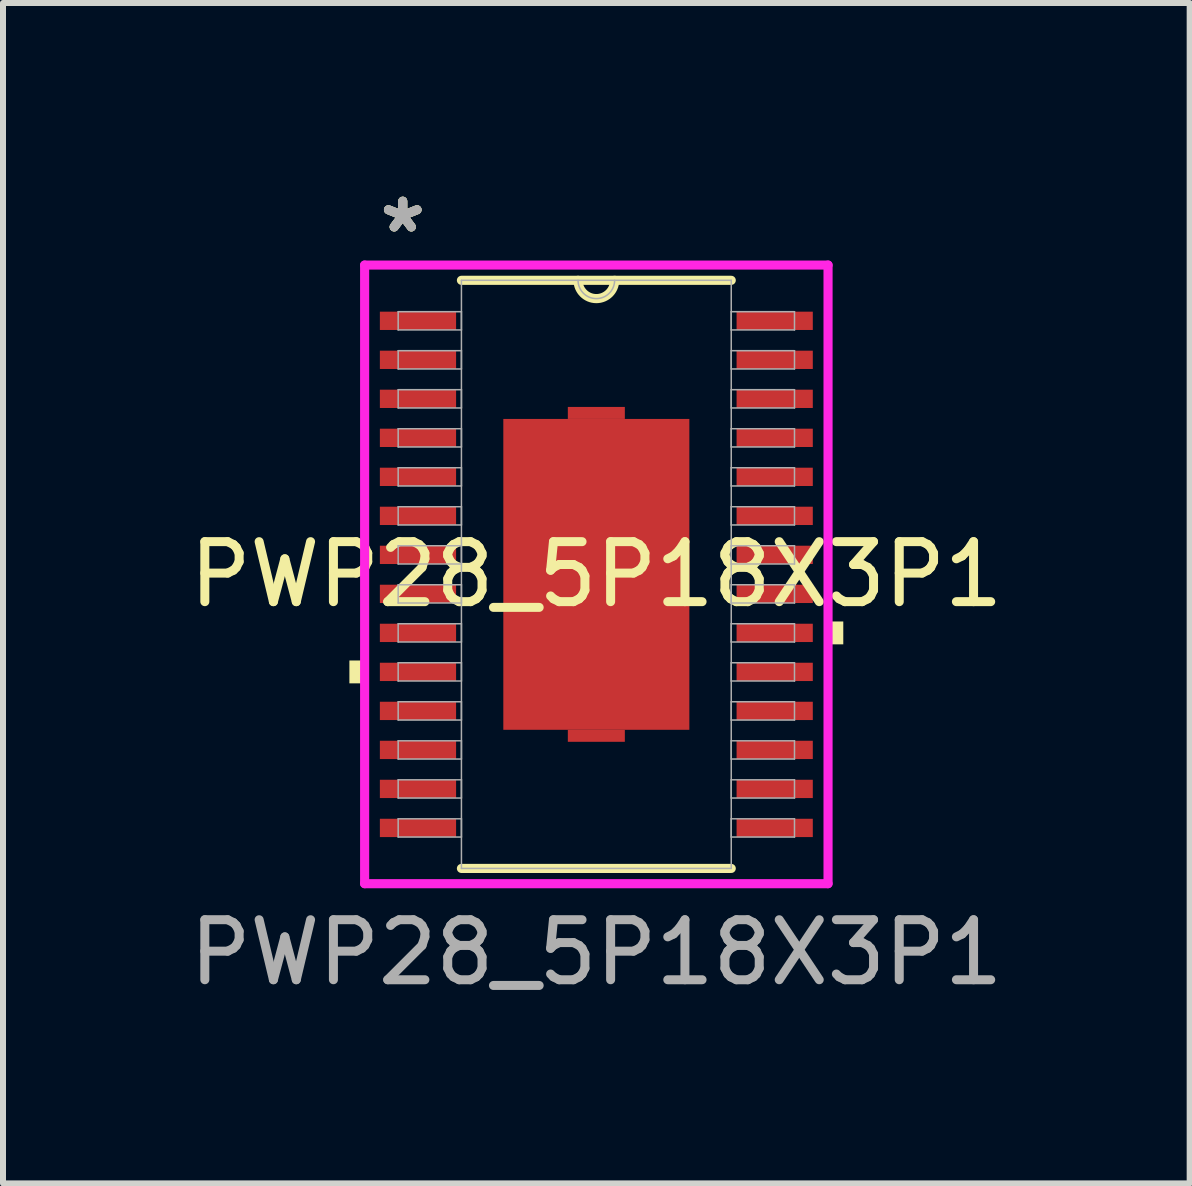
<source format=kicad_pcb>
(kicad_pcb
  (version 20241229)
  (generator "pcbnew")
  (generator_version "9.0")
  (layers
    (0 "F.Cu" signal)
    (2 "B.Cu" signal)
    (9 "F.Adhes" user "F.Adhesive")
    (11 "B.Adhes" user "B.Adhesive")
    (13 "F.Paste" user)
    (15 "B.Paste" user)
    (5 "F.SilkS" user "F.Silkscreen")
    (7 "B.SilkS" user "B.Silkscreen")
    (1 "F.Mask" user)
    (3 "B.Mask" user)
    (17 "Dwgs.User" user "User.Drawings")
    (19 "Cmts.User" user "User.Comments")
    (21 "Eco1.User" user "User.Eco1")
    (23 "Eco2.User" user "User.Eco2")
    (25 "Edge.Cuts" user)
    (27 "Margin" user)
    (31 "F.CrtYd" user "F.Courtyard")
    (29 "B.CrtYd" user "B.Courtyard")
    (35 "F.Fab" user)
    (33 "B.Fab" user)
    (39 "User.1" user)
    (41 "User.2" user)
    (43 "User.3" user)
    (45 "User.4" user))
  (footprint "PWP28_5P18X3P1"
    (layer "F.Cu")
    (at 6.887 6.521)
    (property "Reference" "PWP28_5P18X3P1" (at 0 0 0) (unlocked yes) (layer "F.SilkS") (effects (font (size 1 1) (thickness 0.15))))
    (attr smd)
    (fp_poly (pts (xy -0.475 -2.59) (xy -0.475 -2.79) (xy 0.475 -2.79) (xy 0.475 -2.59)) (stroke (width 0) (type solid)) (fill yes) (layer "F.Cu"))
    (fp_poly (pts (xy -0.475 2.59) (xy -0.475 2.79) (xy 0.475 2.79) (xy 0.475 2.59)) (stroke (width 0) (type solid)) (fill yes) (layer "F.Cu"))
    (fp_poly (pts (xy -0.475 -2.59) (xy -0.475 -2.79) (xy 0.475 -2.79) (xy 0.475 -2.59)) (stroke (width 0) (type solid)) (fill yes) (layer "F.Mask"))
    (fp_poly (pts (xy -0.475 2.59) (xy -0.475 2.79) (xy 0.475 2.79) (xy 0.475 2.59)) (stroke (width 0) (type solid)) (fill yes) (layer "F.Mask"))
    (fp_line (start -2.248 4.9) (end 2.248 4.9) (stroke (width 0.152) (type solid)) (layer "F.SilkS"))
    (fp_line (start 2.248 -4.9) (end -2.248 -4.9) (stroke (width 0.152) (type solid)) (layer "F.SilkS"))
    (fp_arc (start 0.3048 -4.900003) (mid 0 -4.595203) (end -0.3048 -4.900003) (stroke (width 0.1524) (type solid)) (layer "F.SilkS"))
    (fp_poly (pts (xy -4.115 1.435) (xy -4.115 1.816) (xy -3.861 1.816) (xy -3.861 1.435)) (stroke (width 0) (type solid)) (fill yes) (layer "F.SilkS"))
    (fp_poly (pts (xy 4.115 0.785) (xy 4.115 1.166) (xy 3.861 1.166) (xy 3.861 0.785)) (stroke (width 0) (type solid)) (fill yes) (layer "F.SilkS"))
    (fp_line (start -3.861 -5.154) (end 3.861 -5.154) (stroke (width 0.152) (type solid)) (layer "F.CrtYd"))
    (fp_line (start -3.861 5.154) (end -3.861 -5.154) (stroke (width 0.152) (type solid)) (layer "F.CrtYd"))
    (fp_line (start 3.861 -5.154) (end 3.861 5.154) (stroke (width 0.152) (type solid)) (layer "F.CrtYd"))
    (fp_line (start 3.861 5.154) (end -3.861 5.154) (stroke (width 0.152) (type solid)) (layer "F.CrtYd"))
    (fp_line (start -3.302 -4.377) (end -3.302 -4.073) (stroke (width 0.025) (type solid)) (layer "F.Fab"))
    (fp_line (start -3.302 -4.073) (end -2.248 -4.073) (stroke (width 0.025) (type solid)) (layer "F.Fab"))
    (fp_line (start -3.302 -3.727) (end -3.302 -3.423) (stroke (width 0.025) (type solid)) (layer "F.Fab"))
    (fp_line (start -3.302 -3.423) (end -2.248 -3.423) (stroke (width 0.025) (type solid)) (layer "F.Fab"))
    (fp_line (start -3.302 -3.077) (end -3.302 -2.773) (stroke (width 0.025) (type solid)) (layer "F.Fab"))
    (fp_line (start -3.302 -2.773) (end -2.248 -2.773) (stroke (width 0.025) (type solid)) (layer "F.Fab"))
    (fp_line (start -3.302 -2.427) (end -3.302 -2.123) (stroke (width 0.025) (type solid)) (layer "F.Fab"))
    (fp_line (start -3.302 -2.123) (end -2.248 -2.123) (stroke (width 0.025) (type solid)) (layer "F.Fab"))
    (fp_line (start -3.302 -1.777) (end -3.302 -1.473) (stroke (width 0.025) (type solid)) (layer "F.Fab"))
    (fp_line (start -3.302 -1.473) (end -2.248 -1.473) (stroke (width 0.025) (type solid)) (layer "F.Fab"))
    (fp_line (start -3.302 -1.127) (end -3.302 -0.823) (stroke (width 0.025) (type solid)) (layer "F.Fab"))
    (fp_line (start -3.302 -0.823) (end -2.248 -0.823) (stroke (width 0.025) (type solid)) (layer "F.Fab"))
    (fp_line (start -3.302 -0.477) (end -3.302 -0.173) (stroke (width 0.025) (type solid)) (layer "F.Fab"))
    (fp_line (start -3.302 -0.173) (end -2.248 -0.173) (stroke (width 0.025) (type solid)) (layer "F.Fab"))
    (fp_line (start -3.302 0.173) (end -3.302 0.477) (stroke (width 0.025) (type solid)) (layer "F.Fab"))
    (fp_line (start -3.302 0.477) (end -2.248 0.477) (stroke (width 0.025) (type solid)) (layer "F.Fab"))
    (fp_line (start -3.302 0.823) (end -3.302 1.127) (stroke (width 0.025) (type solid)) (layer "F.Fab"))
    (fp_line (start -3.302 1.127) (end -2.248 1.127) (stroke (width 0.025) (type solid)) (layer "F.Fab"))
    (fp_line (start -3.302 1.473) (end -3.302 1.777) (stroke (width 0.025) (type solid)) (layer "F.Fab"))
    (fp_line (start -3.302 1.777) (end -2.248 1.777) (stroke (width 0.025) (type solid)) (layer "F.Fab"))
    (fp_line (start -3.302 2.123) (end -3.302 2.427) (stroke (width 0.025) (type solid)) (layer "F.Fab"))
    (fp_line (start -3.302 2.427) (end -2.248 2.427) (stroke (width 0.025) (type solid)) (layer "F.Fab"))
    (fp_line (start -3.302 2.773) (end -3.302 3.077) (stroke (width 0.025) (type solid)) (layer "F.Fab"))
    (fp_line (start -3.302 3.077) (end -2.248 3.077) (stroke (width 0.025) (type solid)) (layer "F.Fab"))
    (fp_line (start -3.302 3.423) (end -3.302 3.727) (stroke (width 0.025) (type solid)) (layer "F.Fab"))
    (fp_line (start -3.302 3.727) (end -2.248 3.727) (stroke (width 0.025) (type solid)) (layer "F.Fab"))
    (fp_line (start -3.302 4.073) (end -3.302 4.377) (stroke (width 0.025) (type solid)) (layer "F.Fab"))
    (fp_line (start -3.302 4.377) (end -2.248 4.377) (stroke (width 0.025) (type solid)) (layer "F.Fab"))
    (fp_line (start -2.248 -4.9) (end -2.248 4.9) (stroke (width 0.025) (type solid)) (layer "F.Fab"))
    (fp_line (start -2.248 -4.377) (end -3.302 -4.377) (stroke (width 0.025) (type solid)) (layer "F.Fab"))
    (fp_line (start -2.248 -4.073) (end -2.248 -4.377) (stroke (width 0.025) (type solid)) (layer "F.Fab"))
    (fp_line (start -2.248 -3.727) (end -3.302 -3.727) (stroke (width 0.025) (type solid)) (layer "F.Fab"))
    (fp_line (start -2.248 -3.423) (end -2.248 -3.727) (stroke (width 0.025) (type solid)) (layer "F.Fab"))
    (fp_line (start -2.248 -3.077) (end -3.302 -3.077) (stroke (width 0.025) (type solid)) (layer "F.Fab"))
    (fp_line (start -2.248 -2.773) (end -2.248 -3.077) (stroke (width 0.025) (type solid)) (layer "F.Fab"))
    (fp_line (start -2.248 -2.427) (end -3.302 -2.427) (stroke (width 0.025) (type solid)) (layer "F.Fab"))
    (fp_line (start -2.248 -2.123) (end -2.248 -2.427) (stroke (width 0.025) (type solid)) (layer "F.Fab"))
    (fp_line (start -2.248 -1.777) (end -3.302 -1.777) (stroke (width 0.025) (type solid)) (layer "F.Fab"))
    (fp_line (start -2.248 -1.473) (end -2.248 -1.777) (stroke (width 0.025) (type solid)) (layer "F.Fab"))
    (fp_line (start -2.248 -1.127) (end -3.302 -1.127) (stroke (width 0.025) (type solid)) (layer "F.Fab"))
    (fp_line (start -2.248 -0.823) (end -2.248 -1.127) (stroke (width 0.025) (type solid)) (layer "F.Fab"))
    (fp_line (start -2.248 -0.477) (end -3.302 -0.477) (stroke (width 0.025) (type solid)) (layer "F.Fab"))
    (fp_line (start -2.248 -0.173) (end -2.248 -0.477) (stroke (width 0.025) (type solid)) (layer "F.Fab"))
    (fp_line (start -2.248 0.173) (end -3.302 0.173) (stroke (width 0.025) (type solid)) (layer "F.Fab"))
    (fp_line (start -2.248 0.477) (end -2.248 0.173) (stroke (width 0.025) (type solid)) (layer "F.Fab"))
    (fp_line (start -2.248 0.823) (end -3.302 0.823) (stroke (width 0.025) (type solid)) (layer "F.Fab"))
    (fp_line (start -2.248 1.127) (end -2.248 0.823) (stroke (width 0.025) (type solid)) (layer "F.Fab"))
    (fp_line (start -2.248 1.473) (end -3.302 1.473) (stroke (width 0.025) (type solid)) (layer "F.Fab"))
    (fp_line (start -2.248 1.777) (end -2.248 1.473) (stroke (width 0.025) (type solid)) (layer "F.Fab"))
    (fp_line (start -2.248 2.123) (end -3.302 2.123) (stroke (width 0.025) (type solid)) (layer "F.Fab"))
    (fp_line (start -2.248 2.427) (end -2.248 2.123) (stroke (width 0.025) (type solid)) (layer "F.Fab"))
    (fp_line (start -2.248 2.773) (end -3.302 2.773) (stroke (width 0.025) (type solid)) (layer "F.Fab"))
    (fp_line (start -2.248 3.077) (end -2.248 2.773) (stroke (width 0.025) (type solid)) (layer "F.Fab"))
    (fp_line (start -2.248 3.423) (end -3.302 3.423) (stroke (width 0.025) (type solid)) (layer "F.Fab"))
    (fp_line (start -2.248 3.727) (end -2.248 3.423) (stroke (width 0.025) (type solid)) (layer "F.Fab"))
    (fp_line (start -2.248 4.073) (end -3.302 4.073) (stroke (width 0.025) (type solid)) (layer "F.Fab"))
    (fp_line (start -2.248 4.377) (end -2.248 4.073) (stroke (width 0.025) (type solid)) (layer "F.Fab"))
    (fp_line (start -2.248 4.9) (end 2.248 4.9) (stroke (width 0.025) (type solid)) (layer "F.Fab"))
    (fp_line (start 2.248 -4.9) (end -2.248 -4.9) (stroke (width 0.025) (type solid)) (layer "F.Fab"))
    (fp_line (start 2.248 -4.377) (end 2.248 -4.073) (stroke (width 0.025) (type solid)) (layer "F.Fab"))
    (fp_line (start 2.248 -4.073) (end 3.302 -4.073) (stroke (width 0.025) (type solid)) (layer "F.Fab"))
    (fp_line (start 2.248 -3.727) (end 2.248 -3.423) (stroke (width 0.025) (type solid)) (layer "F.Fab"))
    (fp_line (start 2.248 -3.423) (end 3.302 -3.423) (stroke (width 0.025) (type solid)) (layer "F.Fab"))
    (fp_line (start 2.248 -3.077) (end 2.248 -2.773) (stroke (width 0.025) (type solid)) (layer "F.Fab"))
    (fp_line (start 2.248 -2.773) (end 3.302 -2.773) (stroke (width 0.025) (type solid)) (layer "F.Fab"))
    (fp_line (start 2.248 -2.427) (end 2.248 -2.123) (stroke (width 0.025) (type solid)) (layer "F.Fab"))
    (fp_line (start 2.248 -2.123) (end 3.302 -2.123) (stroke (width 0.025) (type solid)) (layer "F.Fab"))
    (fp_line (start 2.248 -1.777) (end 2.248 -1.473) (stroke (width 0.025) (type solid)) (layer "F.Fab"))
    (fp_line (start 2.248 -1.473) (end 3.302 -1.473) (stroke (width 0.025) (type solid)) (layer "F.Fab"))
    (fp_line (start 2.248 -1.127) (end 2.248 -0.823) (stroke (width 0.025) (type solid)) (layer "F.Fab"))
    (fp_line (start 2.248 -0.823) (end 3.302 -0.823) (stroke (width 0.025) (type solid)) (layer "F.Fab"))
    (fp_line (start 2.248 -0.477) (end 2.248 -0.173) (stroke (width 0.025) (type solid)) (layer "F.Fab"))
    (fp_line (start 2.248 -0.173) (end 3.302 -0.173) (stroke (width 0.025) (type solid)) (layer "F.Fab"))
    (fp_line (start 2.248 0.173) (end 2.248 0.477) (stroke (width 0.025) (type solid)) (layer "F.Fab"))
    (fp_line (start 2.248 0.477) (end 3.302 0.477) (stroke (width 0.025) (type solid)) (layer "F.Fab"))
    (fp_line (start 2.248 0.823) (end 2.248 1.127) (stroke (width 0.025) (type solid)) (layer "F.Fab"))
    (fp_line (start 2.248 1.127) (end 3.302 1.127) (stroke (width 0.025) (type solid)) (layer "F.Fab"))
    (fp_line (start 2.248 1.473) (end 2.248 1.777) (stroke (width 0.025) (type solid)) (layer "F.Fab"))
    (fp_line (start 2.248 1.777) (end 3.302 1.777) (stroke (width 0.025) (type solid)) (layer "F.Fab"))
    (fp_line (start 2.248 2.123) (end 2.248 2.427) (stroke (width 0.025) (type solid)) (layer "F.Fab"))
    (fp_line (start 2.248 2.427) (end 3.302 2.427) (stroke (width 0.025) (type solid)) (layer "F.Fab"))
    (fp_line (start 2.248 2.773) (end 2.248 3.077) (stroke (width 0.025) (type solid)) (layer "F.Fab"))
    (fp_line (start 2.248 3.077) (end 3.302 3.077) (stroke (width 0.025) (type solid)) (layer "F.Fab"))
    (fp_line (start 2.248 3.423) (end 2.248 3.727) (stroke (width 0.025) (type solid)) (layer "F.Fab"))
    (fp_line (start 2.248 3.727) (end 3.302 3.727) (stroke (width 0.025) (type solid)) (layer "F.Fab"))
    (fp_line (start 2.248 4.073) (end 2.248 4.377) (stroke (width 0.025) (type solid)) (layer "F.Fab"))
    (fp_line (start 2.248 4.377) (end 3.302 4.377) (stroke (width 0.025) (type solid)) (layer "F.Fab"))
    (fp_line (start 2.248 4.9) (end 2.248 -4.9) (stroke (width 0.025) (type solid)) (layer "F.Fab"))
    (fp_line (start 3.302 -4.377) (end 2.248 -4.377) (stroke (width 0.025) (type solid)) (layer "F.Fab"))
    (fp_line (start 3.302 -4.073) (end 3.302 -4.377) (stroke (width 0.025) (type solid)) (layer "F.Fab"))
    (fp_line (start 3.302 -3.727) (end 2.248 -3.727) (stroke (width 0.025) (type solid)) (layer "F.Fab"))
    (fp_line (start 3.302 -3.423) (end 3.302 -3.727) (stroke (width 0.025) (type solid)) (layer "F.Fab"))
    (fp_line (start 3.302 -3.077) (end 2.248 -3.077) (stroke (width 0.025) (type solid)) (layer "F.Fab"))
    (fp_line (start 3.302 -2.773) (end 3.302 -3.077) (stroke (width 0.025) (type solid)) (layer "F.Fab"))
    (fp_line (start 3.302 -2.427) (end 2.248 -2.427) (stroke (width 0.025) (type solid)) (layer "F.Fab"))
    (fp_line (start 3.302 -2.123) (end 3.302 -2.427) (stroke (width 0.025) (type solid)) (layer "F.Fab"))
    (fp_line (start 3.302 -1.777) (end 2.248 -1.777) (stroke (width 0.025) (type solid)) (layer "F.Fab"))
    (fp_line (start 3.302 -1.473) (end 3.302 -1.777) (stroke (width 0.025) (type solid)) (layer "F.Fab"))
    (fp_line (start 3.302 -1.127) (end 2.248 -1.127) (stroke (width 0.025) (type solid)) (layer "F.Fab"))
    (fp_line (start 3.302 -0.823) (end 3.302 -1.127) (stroke (width 0.025) (type solid)) (layer "F.Fab"))
    (fp_line (start 3.302 -0.477) (end 2.248 -0.477) (stroke (width 0.025) (type solid)) (layer "F.Fab"))
    (fp_line (start 3.302 -0.173) (end 3.302 -0.477) (stroke (width 0.025) (type solid)) (layer "F.Fab"))
    (fp_line (start 3.302 0.173) (end 2.248 0.173) (stroke (width 0.025) (type solid)) (layer "F.Fab"))
    (fp_line (start 3.302 0.477) (end 3.302 0.173) (stroke (width 0.025) (type solid)) (layer "F.Fab"))
    (fp_line (start 3.302 0.823) (end 2.248 0.823) (stroke (width 0.025) (type solid)) (layer "F.Fab"))
    (fp_line (start 3.302 1.127) (end 3.302 0.823) (stroke (width 0.025) (type solid)) (layer "F.Fab"))
    (fp_line (start 3.302 1.473) (end 2.248 1.473) (stroke (width 0.025) (type solid)) (layer "F.Fab"))
    (fp_line (start 3.302 1.777) (end 3.302 1.473) (stroke (width 0.025) (type solid)) (layer "F.Fab"))
    (fp_line (start 3.302 2.123) (end 2.248 2.123) (stroke (width 0.025) (type solid)) (layer "F.Fab"))
    (fp_line (start 3.302 2.427) (end 3.302 2.123) (stroke (width 0.025) (type solid)) (layer "F.Fab"))
    (fp_line (start 3.302 2.773) (end 2.248 2.773) (stroke (width 0.025) (type solid)) (layer "F.Fab"))
    (fp_line (start 3.302 3.077) (end 3.302 2.773) (stroke (width 0.025) (type solid)) (layer "F.Fab"))
    (fp_line (start 3.302 3.423) (end 2.248 3.423) (stroke (width 0.025) (type solid)) (layer "F.Fab"))
    (fp_line (start 3.302 3.727) (end 3.302 3.423) (stroke (width 0.025) (type solid)) (layer "F.Fab"))
    (fp_line (start 3.302 4.073) (end 2.248 4.073) (stroke (width 0.025) (type solid)) (layer "F.Fab"))
    (fp_line (start 3.302 4.377) (end 3.302 4.073) (stroke (width 0.025) (type solid)) (layer "F.Fab"))
    (fp_arc (start 0.3048 -4.900003) (mid 0 -4.595203) (end -0.3048 -4.900003) (stroke (width 0.0254) (type solid)) (layer "F.Fab"))
    (fp_text user "*" (at -3.226 -5.673 0) (layer "F.SilkS") (effects (font (size 1 1) (thickness 0.15))))
    (fp_text user "*" (at -3.226 -5.673 0) (unlocked yes) (layer "F.SilkS") (effects (font (size 1 1) (thickness 0.15))))
    (fp_text user "*" (at -3.226 -5.673 0) (layer "F.Fab") (effects (font (size 1 1) (thickness 0.15))))
    (fp_text user "*" (at -3.226 -5.673 0) (unlocked yes) (layer "F.Fab") (effects (font (size 1 1) (thickness 0.15))))
    (fp_text user "${REFERENCE}" (at 0 6.3 0) (unlocked yes) (layer "F.Fab") (effects (font (size 1 1) (thickness 0.15))))
    (pad "1" smd rect (at -2.972 -4.225) (size 1.27 0.305) (layers "F.Cu" "F.Mask" "F.Paste"))
    (pad "2" smd rect (at -2.972 -3.575) (size 1.27 0.305) (layers "F.Cu" "F.Mask" "F.Paste"))
    (pad "3" smd rect (at -2.972 -2.925) (size 1.27 0.305) (layers "F.Cu" "F.Mask" "F.Paste"))
    (pad "4" smd rect (at -2.972 -2.275) (size 1.27 0.305) (layers "F.Cu" "F.Mask" "F.Paste"))
    (pad "5" smd rect (at -2.972 -1.625) (size 1.27 0.305) (layers "F.Cu" "F.Mask" "F.Paste"))
    (pad "6" smd rect (at -2.972 -0.975) (size 1.27 0.305) (layers "F.Cu" "F.Mask" "F.Paste"))
    (pad "7" smd rect (at -2.972 -0.325) (size 1.27 0.305) (layers "F.Cu" "F.Mask" "F.Paste"))
    (pad "8" smd rect (at -2.972 0.325) (size 1.27 0.305) (layers "F.Cu" "F.Mask" "F.Paste"))
    (pad "9" smd rect (at -2.972 0.975) (size 1.27 0.305) (layers "F.Cu" "F.Mask" "F.Paste"))
    (pad "10" smd rect (at -2.972 1.625) (size 1.27 0.305) (layers "F.Cu" "F.Mask" "F.Paste"))
    (pad "11" smd rect (at -2.972 2.275) (size 1.27 0.305) (layers "F.Cu" "F.Mask" "F.Paste"))
    (pad "12" smd rect (at -2.972 2.925) (size 1.27 0.305) (layers "F.Cu" "F.Mask" "F.Paste"))
    (pad "13" smd rect (at -2.972 3.575) (size 1.27 0.305) (layers "F.Cu" "F.Mask" "F.Paste"))
    (pad "14" smd rect (at -2.972 4.225) (size 1.27 0.305) (layers "F.Cu" "F.Mask" "F.Paste"))
    (pad "15" smd rect (at 2.972 4.225) (size 1.27 0.305) (layers "F.Cu" "F.Mask" "F.Paste"))
    (pad "16" smd rect (at 2.972 3.575) (size 1.27 0.305) (layers "F.Cu" "F.Mask" "F.Paste"))
    (pad "17" smd rect (at 2.972 2.925) (size 1.27 0.305) (layers "F.Cu" "F.Mask" "F.Paste"))
    (pad "18" smd rect (at 2.972 2.275) (size 1.27 0.305) (layers "F.Cu" "F.Mask" "F.Paste"))
    (pad "19" smd rect (at 2.972 1.625) (size 1.27 0.305) (layers "F.Cu" "F.Mask" "F.Paste"))
    (pad "20" smd rect (at 2.972 0.975) (size 1.27 0.305) (layers "F.Cu" "F.Mask" "F.Paste"))
    (pad "21" smd rect (at 2.972 0.325) (size 1.27 0.305) (layers "F.Cu" "F.Mask" "F.Paste"))
    (pad "22" smd rect (at 2.972 -0.325) (size 1.27 0.305) (layers "F.Cu" "F.Mask" "F.Paste"))
    (pad "23" smd rect (at 2.972 -0.975) (size 1.27 0.305) (layers "F.Cu" "F.Mask" "F.Paste"))
    (pad "24" smd rect (at 2.972 -1.625) (size 1.27 0.305) (layers "F.Cu" "F.Mask" "F.Paste"))
    (pad "25" smd rect (at 2.972 -2.275) (size 1.27 0.305) (layers "F.Cu" "F.Mask" "F.Paste"))
    (pad "26" smd rect (at 2.972 -2.925) (size 1.27 0.305) (layers "F.Cu" "F.Mask" "F.Paste"))
    (pad "27" smd rect (at 2.972 -3.575) (size 1.27 0.305) (layers "F.Cu" "F.Mask" "F.Paste"))
    (pad "28" smd rect (at 2.972 -4.225) (size 1.27 0.305) (layers "F.Cu" "F.Mask" "F.Paste"))
    (pad "29" smd rect (at 0 0) (size 3.1 5.18) (layers "F.Cu" "F.Mask" "F.Paste")))
  (gr_rect
    (start -3 -3)
    (end 16.774 16.669)
    (stroke (width 0.1) (type default))
    (fill no)
    (layer "Edge.Cuts")))
</source>
